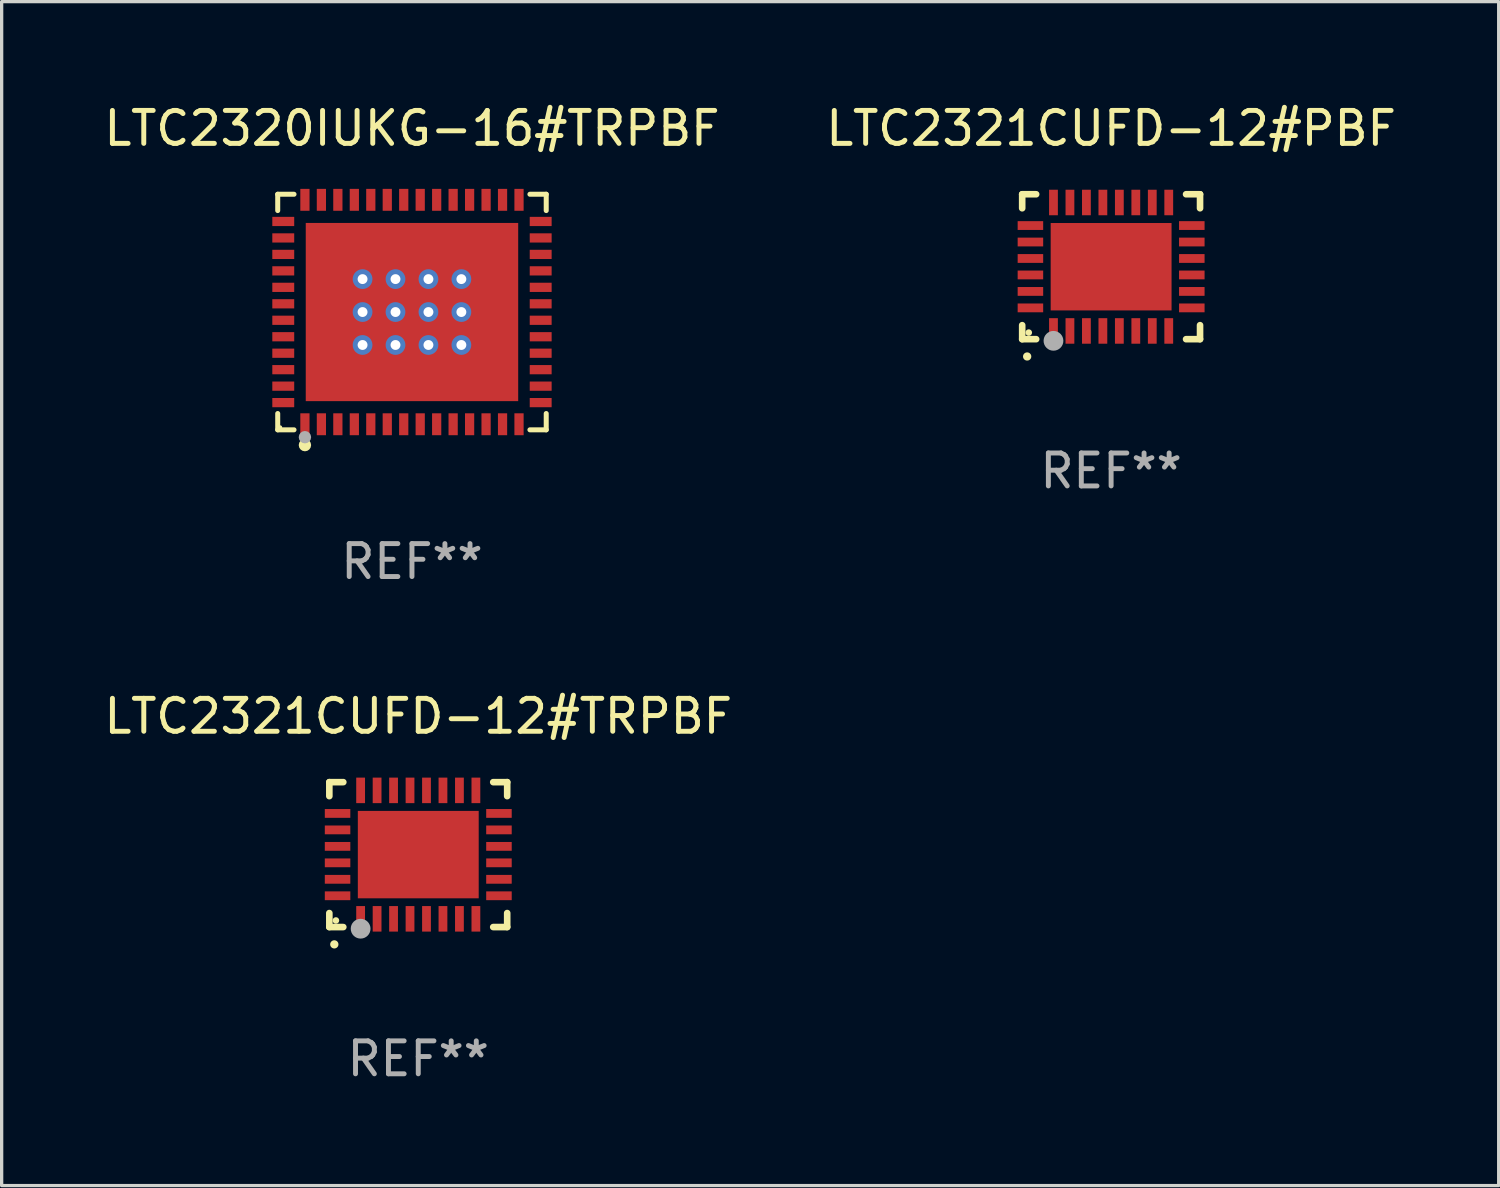
<source format=kicad_pcb>
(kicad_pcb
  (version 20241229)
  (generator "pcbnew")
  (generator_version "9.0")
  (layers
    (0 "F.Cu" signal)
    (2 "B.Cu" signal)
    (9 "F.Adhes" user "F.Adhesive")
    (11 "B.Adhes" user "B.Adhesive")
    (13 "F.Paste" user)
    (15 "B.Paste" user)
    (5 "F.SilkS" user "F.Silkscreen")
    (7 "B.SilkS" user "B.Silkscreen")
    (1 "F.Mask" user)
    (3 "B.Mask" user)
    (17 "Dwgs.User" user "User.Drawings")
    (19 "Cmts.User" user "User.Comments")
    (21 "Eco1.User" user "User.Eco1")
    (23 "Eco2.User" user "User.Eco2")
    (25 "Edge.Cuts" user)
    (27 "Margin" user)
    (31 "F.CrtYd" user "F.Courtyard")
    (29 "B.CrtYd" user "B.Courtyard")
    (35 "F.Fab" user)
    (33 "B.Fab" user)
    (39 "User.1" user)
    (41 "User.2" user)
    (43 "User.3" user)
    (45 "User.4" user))
  (footprint "LTC2321CUFD-12#PBF"
    (layer "F.Cu")
    (at 30.685 5.048)
    (property "Reference" "LTC2321CUFD-12#PBF" (at 0 -4.2 0) (layer "F.SilkS") (effects (font (size 1 1) (thickness 0.15))))
    (attr through_hole)
    (fp_line (start -2.7 -2.2) (end -2.276 -2.2) (stroke (width 0.201) (type solid)) (layer "F.SilkS"))
    (fp_line (start -2.7 -1.775) (end -2.7 -2.2) (stroke (width 0.201) (type solid)) (layer "F.SilkS"))
    (fp_line (start -2.7 2.2) (end -2.7 1.775) (stroke (width 0.201) (type solid)) (layer "F.SilkS"))
    (fp_line (start -2.276 2.2) (end -2.7 2.2) (stroke (width 0.201) (type solid)) (layer "F.SilkS"))
    (fp_line (start 2.276 2.2) (end 2.7 2.2) (stroke (width 0.201) (type solid)) (layer "F.SilkS"))
    (fp_line (start 2.7 -2.2) (end 2.276 -2.2) (stroke (width 0.201) (type solid)) (layer "F.SilkS"))
    (fp_line (start 2.7 -1.775) (end 2.7 -2.2) (stroke (width 0.201) (type solid)) (layer "F.SilkS"))
    (fp_line (start 2.7 2.2) (end 2.7 1.775) (stroke (width 0.201) (type solid)) (layer "F.SilkS"))
    (fp_arc (start -2.550165 2.725425) (mid -2.548895 2.725419) (end -2.547625 2.725425) (stroke (width 0.24892) (type solid)) (layer "F.SilkS"))
    (fp_circle (center -2.5 2) (end -2.45 2) (stroke (width 0.1) (type solid)) (fill no) (layer "F.SilkS"))
    (fp_circle (center -1.75 2.25) (end -1.6 2.25) (stroke (width 0.3) (type solid)) (fill no) (layer "F.Fab"))
    (fp_text user "REF**" (at 0 6.2 0) (layer "F.Fab") (effects (font (size 1 1) (thickness 0.15))))
    (pad "1" smd rect (at -1.75 1.95) (size 0.267 0.775) (layers "F.Cu" "F.Mask" "F.Paste"))
    (pad "2" smd rect (at -1.25 1.95) (size 0.267 0.775) (layers "F.Cu" "F.Mask" "F.Paste"))
    (pad "3" smd rect (at -0.75 1.95) (size 0.267 0.775) (layers "F.Cu" "F.Mask" "F.Paste"))
    (pad "4" smd rect (at -0.25 1.95) (size 0.267 0.775) (layers "F.Cu" "F.Mask" "F.Paste"))
    (pad "5" smd rect (at 0.25 1.95) (size 0.267 0.775) (layers "F.Cu" "F.Mask" "F.Paste"))
    (pad "6" smd rect (at 0.75 1.95) (size 0.267 0.775) (layers "F.Cu" "F.Mask" "F.Paste"))
    (pad "7" smd rect (at 1.25 1.95) (size 0.267 0.775) (layers "F.Cu" "F.Mask" "F.Paste"))
    (pad "8" smd rect (at 1.75 1.95) (size 0.267 0.775) (layers "F.Cu" "F.Mask" "F.Paste"))
    (pad "9" smd rect (at 2.45 1.25) (size 0.775 0.267) (layers "F.Cu" "F.Mask" "F.Paste"))
    (pad "10" smd rect (at 2.45 0.75) (size 0.775 0.267) (layers "F.Cu" "F.Mask" "F.Paste"))
    (pad "11" smd rect (at 2.45 0.25) (size 0.775 0.267) (layers "F.Cu" "F.Mask" "F.Paste"))
    (pad "12" smd rect (at 2.45 -0.25) (size 0.775 0.267) (layers "F.Cu" "F.Mask" "F.Paste"))
    (pad "13" smd rect (at 2.45 -0.75) (size 0.775 0.267) (layers "F.Cu" "F.Mask" "F.Paste"))
    (pad "14" smd rect (at 2.45 -1.25) (size 0.775 0.267) (layers "F.Cu" "F.Mask" "F.Paste"))
    (pad "15" smd rect (at 1.75 -1.95) (size 0.267 0.775) (layers "F.Cu" "F.Mask" "F.Paste"))
    (pad "16" smd rect (at 1.25 -1.95) (size 0.267 0.775) (layers "F.Cu" "F.Mask" "F.Paste"))
    (pad "17" smd rect (at 0.75 -1.95) (size 0.267 0.775) (layers "F.Cu" "F.Mask" "F.Paste"))
    (pad "18" smd rect (at 0.25 -1.95) (size 0.267 0.775) (layers "F.Cu" "F.Mask" "F.Paste"))
    (pad "19" smd rect (at -0.25 -1.95) (size 0.267 0.775) (layers "F.Cu" "F.Mask" "F.Paste"))
    (pad "20" smd rect (at -0.75 -1.95) (size 0.267 0.775) (layers "F.Cu" "F.Mask" "F.Paste"))
    (pad "21" smd rect (at -1.25 -1.95) (size 0.267 0.775) (layers "F.Cu" "F.Mask" "F.Paste"))
    (pad "22" smd rect (at -1.75 -1.95) (size 0.267 0.775) (layers "F.Cu" "F.Mask" "F.Paste"))
    (pad "23" smd rect (at -2.45 -1.25) (size 0.775 0.267) (layers "F.Cu" "F.Mask" "F.Paste"))
    (pad "24" smd rect (at -2.45 -0.75) (size 0.775 0.267) (layers "F.Cu" "F.Mask" "F.Paste"))
    (pad "25" smd rect (at -2.45 -0.25) (size 0.775 0.267) (layers "F.Cu" "F.Mask" "F.Paste"))
    (pad "26" smd rect (at -2.45 0.25) (size 0.775 0.267) (layers "F.Cu" "F.Mask" "F.Paste"))
    (pad "27" smd rect (at -2.45 0.75) (size 0.775 0.267) (layers "F.Cu" "F.Mask" "F.Paste"))
    (pad "28" smd rect (at -2.45 1.25) (size 0.775 0.267) (layers "F.Cu" "F.Mask" "F.Paste"))
    (pad "29" smd rect (at 0.000127 0.000127) (size 3.67 2.654) (layers "F.Cu" "F.Mask" "F.Paste")))
  (footprint "LTC2320IUKG-16#TRPBF"
    (layer "F.Cu")
    (at 9.458 6.424)
    (property "Reference" "LTC2320IUKG-16#TRPBF" (at 0 -5.576 0) (layer "F.SilkS") (effects (font (size 1 1) (thickness 0.15))))
    (attr through_hole)
    (fp_line (start -4.076 -3.576) (end -3.581 -3.576) (stroke (width 0.152) (type solid)) (layer "F.SilkS"))
    (fp_line (start -4.076 -3.081) (end -4.076 -3.576) (stroke (width 0.152) (type solid)) (layer "F.SilkS"))
    (fp_line (start -4.076 3.081) (end -4.076 3.576) (stroke (width 0.152) (type solid)) (layer "F.SilkS"))
    (fp_line (start -4.076 3.576) (end -3.581 3.576) (stroke (width 0.152) (type solid)) (layer "F.SilkS"))
    (fp_line (start 4.076 -3.576) (end 3.581 -3.576) (stroke (width 0.152) (type solid)) (layer "F.SilkS"))
    (fp_line (start 4.076 -3.081) (end 4.076 -3.576) (stroke (width 0.152) (type solid)) (layer "F.SilkS"))
    (fp_line (start 4.076 3.081) (end 4.076 3.576) (stroke (width 0.152) (type solid)) (layer "F.SilkS"))
    (fp_line (start 4.076 3.576) (end 3.581 3.576) (stroke (width 0.152) (type solid)) (layer "F.SilkS"))
    (fp_circle (center -4 3.5) (end -3.97 3.5) (stroke (width 0.06) (type solid)) (fill no) (layer "F.SilkS"))
    (fp_circle (center -3.25 4.04) (end -3.156 4.04) (stroke (width 0.188) (type solid)) (fill no) (layer "F.SilkS"))
    (fp_circle (center -3.25 3.8) (end -3.156 3.8) (stroke (width 0.188) (type solid)) (fill no) (layer "F.Fab"))
    (fp_text user "REF**" (at 0 7.576 0) (layer "F.Fab") (effects (font (size 1 1) (thickness 0.15))))
    (pad "1" smd rect (at -3.25 3.407) (size 0.28 0.665) (layers "F.Cu" "F.Mask" "F.Paste"))
    (pad "2" smd rect (at -2.75 3.407) (size 0.28 0.665) (layers "F.Cu" "F.Mask" "F.Paste"))
    (pad "3" smd rect (at -2.25 3.407) (size 0.28 0.665) (layers "F.Cu" "F.Mask" "F.Paste"))
    (pad "4" smd rect (at -1.75 3.407) (size 0.28 0.665) (layers "F.Cu" "F.Mask" "F.Paste"))
    (pad "5" smd rect (at -1.25 3.407) (size 0.28 0.665) (layers "F.Cu" "F.Mask" "F.Paste"))
    (pad "6" smd rect (at -0.75 3.407) (size 0.28 0.665) (layers "F.Cu" "F.Mask" "F.Paste"))
    (pad "7" smd rect (at -0.25 3.407) (size 0.28 0.665) (layers "F.Cu" "F.Mask" "F.Paste"))
    (pad "8" smd rect (at 0.25 3.407) (size 0.28 0.665) (layers "F.Cu" "F.Mask" "F.Paste"))
    (pad "9" smd rect (at 0.75 3.407) (size 0.28 0.665) (layers "F.Cu" "F.Mask" "F.Paste"))
    (pad "10" smd rect (at 1.25 3.407) (size 0.28 0.665) (layers "F.Cu" "F.Mask" "F.Paste"))
    (pad "11" smd rect (at 1.75 3.407) (size 0.28 0.665) (layers "F.Cu" "F.Mask" "F.Paste"))
    (pad "12" smd rect (at 2.25 3.407) (size 0.28 0.665) (layers "F.Cu" "F.Mask" "F.Paste"))
    (pad "13" smd rect (at 2.75 3.407) (size 0.28 0.665) (layers "F.Cu" "F.Mask" "F.Paste"))
    (pad "14" smd rect (at 3.25 3.407) (size 0.28 0.665) (layers "F.Cu" "F.Mask" "F.Paste"))
    (pad "15" smd rect (at 3.908 2.75) (size 0.665 0.28) (layers "F.Cu" "F.Mask" "F.Paste"))
    (pad "16" smd rect (at 3.908 2.25) (size 0.665 0.28) (layers "F.Cu" "F.Mask" "F.Paste"))
    (pad "17" smd rect (at 3.908 1.75) (size 0.665 0.28) (layers "F.Cu" "F.Mask" "F.Paste"))
    (pad "18" smd rect (at 3.908 1.25) (size 0.665 0.28) (layers "F.Cu" "F.Mask" "F.Paste"))
    (pad "19" smd rect (at 3.908 0.75) (size 0.665 0.28) (layers "F.Cu" "F.Mask" "F.Paste"))
    (pad "20" smd rect (at 3.908 0.25) (size 0.665 0.28) (layers "F.Cu" "F.Mask" "F.Paste"))
    (pad "21" smd rect (at 3.908 -0.25) (size 0.665 0.28) (layers "F.Cu" "F.Mask" "F.Paste"))
    (pad "22" smd rect (at 3.908 -0.75) (size 0.665 0.28) (layers "F.Cu" "F.Mask" "F.Paste"))
    (pad "23" smd rect (at 3.908 -1.25) (size 0.665 0.28) (layers "F.Cu" "F.Mask" "F.Paste"))
    (pad "24" smd rect (at 3.908 -1.75) (size 0.665 0.28) (layers "F.Cu" "F.Mask" "F.Paste"))
    (pad "25" smd rect (at 3.908 -2.25) (size 0.665 0.28) (layers "F.Cu" "F.Mask" "F.Paste"))
    (pad "26" smd rect (at 3.908 -2.75) (size 0.665 0.28) (layers "F.Cu" "F.Mask" "F.Paste"))
    (pad "27" smd rect (at 3.25 -3.407) (size 0.28 0.665) (layers "F.Cu" "F.Mask" "F.Paste"))
    (pad "28" smd rect (at 2.75 -3.407) (size 0.28 0.665) (layers "F.Cu" "F.Mask" "F.Paste"))
    (pad "29" smd rect (at 2.25 -3.407) (size 0.28 0.665) (layers "F.Cu" "F.Mask" "F.Paste"))
    (pad "30" smd rect (at 1.75 -3.407) (size 0.28 0.665) (layers "F.Cu" "F.Mask" "F.Paste"))
    (pad "31" smd rect (at 1.25 -3.407) (size 0.28 0.665) (layers "F.Cu" "F.Mask" "F.Paste"))
    (pad "32" smd rect (at 0.75 -3.407) (size 0.28 0.665) (layers "F.Cu" "F.Mask" "F.Paste"))
    (pad "33" smd rect (at 0.25 -3.407) (size 0.28 0.665) (layers "F.Cu" "F.Mask" "F.Paste"))
    (pad "34" smd rect (at -0.25 -3.407) (size 0.28 0.665) (layers "F.Cu" "F.Mask" "F.Paste"))
    (pad "35" smd rect (at -0.75 -3.407) (size 0.28 0.665) (layers "F.Cu" "F.Mask" "F.Paste"))
    (pad "36" smd rect (at -1.25 -3.407) (size 0.28 0.665) (layers "F.Cu" "F.Mask" "F.Paste"))
    (pad "37" smd rect (at -1.75 -3.407) (size 0.28 0.665) (layers "F.Cu" "F.Mask" "F.Paste"))
    (pad "38" smd rect (at -2.25 -3.407) (size 0.28 0.665) (layers "F.Cu" "F.Mask" "F.Paste"))
    (pad "39" smd rect (at -2.75 -3.407) (size 0.28 0.665) (layers "F.Cu" "F.Mask" "F.Paste"))
    (pad "40" smd rect (at -3.25 -3.407) (size 0.28 0.665) (layers "F.Cu" "F.Mask" "F.Paste"))
    (pad "41" smd rect (at -3.908 -2.75) (size 0.665 0.28) (layers "F.Cu" "F.Mask" "F.Paste"))
    (pad "42" smd rect (at -3.908 -2.25) (size 0.665 0.28) (layers "F.Cu" "F.Mask" "F.Paste"))
    (pad "43" smd rect (at -3.908 -1.75) (size 0.665 0.28) (layers "F.Cu" "F.Mask" "F.Paste"))
    (pad "44" smd rect (at -3.908 -1.25) (size 0.665 0.28) (layers "F.Cu" "F.Mask" "F.Paste"))
    (pad "45" smd rect (at -3.908 -0.75) (size 0.665 0.28) (layers "F.Cu" "F.Mask" "F.Paste"))
    (pad "46" smd rect (at -3.908 -0.25) (size 0.665 0.28) (layers "F.Cu" "F.Mask" "F.Paste"))
    (pad "47" smd rect (at -3.908 0.25) (size 0.665 0.28) (layers "F.Cu" "F.Mask" "F.Paste"))
    (pad "48" smd rect (at -3.908 0.75) (size 0.665 0.28) (layers "F.Cu" "F.Mask" "F.Paste"))
    (pad "49" smd rect (at -3.908 1.25) (size 0.665 0.28) (layers "F.Cu" "F.Mask" "F.Paste"))
    (pad "50" smd rect (at -3.908 1.75) (size 0.665 0.28) (layers "F.Cu" "F.Mask" "F.Paste"))
    (pad "51" smd rect (at -3.908 2.25) (size 0.665 0.28) (layers "F.Cu" "F.Mask" "F.Paste"))
    (pad "52" smd rect (at -3.908 2.75) (size 0.665 0.28) (layers "F.Cu" "F.Mask" "F.Paste"))
    (pad "53" thru_hole circle (at -1.5 -1) (size 0.6 0.6) (drill 0.3) (layers "*.Cu" "*.Mask"))
    (pad "53" thru_hole circle (at -1.5 0) (size 0.6 0.6) (drill 0.3) (layers "*.Cu" "*.Mask"))
    (pad "53" thru_hole circle (at -1.5 1) (size 0.6 0.6) (drill 0.3) (layers "*.Cu" "*.Mask"))
    (pad "53" thru_hole circle (at -0.5 -1) (size 0.6 0.6) (drill 0.3) (layers "*.Cu" "*.Mask"))
    (pad "53" thru_hole circle (at -0.5 0) (size 0.6 0.6) (drill 0.3) (layers "*.Cu" "*.Mask"))
    (pad "53" thru_hole circle (at -0.5 1) (size 0.6 0.6) (drill 0.3) (layers "*.Cu" "*.Mask"))
    (pad "53" smd rect (at 0 0) (size 6.45 5.41) (layers "F.Cu" "F.Mask" "F.Paste"))
    (pad "53" thru_hole circle (at 0.5 -1) (size 0.6 0.6) (drill 0.3) (layers "*.Cu" "*.Mask"))
    (pad "53" thru_hole circle (at 0.5 0) (size 0.6 0.6) (drill 0.3) (layers "*.Cu" "*.Mask"))
    (pad "53" thru_hole circle (at 0.5 1) (size 0.6 0.6) (drill 0.3) (layers "*.Cu" "*.Mask"))
    (pad "53" thru_hole circle (at 1.5 -1) (size 0.6 0.6) (drill 0.3) (layers "*.Cu" "*.Mask"))
    (pad "53" thru_hole circle (at 1.5 0) (size 0.6 0.6) (drill 0.3) (layers "*.Cu" "*.Mask"))
    (pad "53" thru_hole circle (at 1.5 1) (size 0.6 0.6) (drill 0.3) (layers "*.Cu" "*.Mask")))
  (footprint "LTC2321CUFD-12#TRPBF"
    (layer "F.Cu")
    (at 9.649 22.897)
    (property "Reference" "LTC2321CUFD-12#TRPBF" (at 0 -4.2 0) (layer "F.SilkS") (effects (font (size 1 1) (thickness 0.15))))
    (attr through_hole)
    (fp_line (start -2.7 -2.2) (end -2.276 -2.2) (stroke (width 0.201) (type solid)) (layer "F.SilkS"))
    (fp_line (start -2.7 -1.775) (end -2.7 -2.2) (stroke (width 0.201) (type solid)) (layer "F.SilkS"))
    (fp_line (start -2.7 2.2) (end -2.7 1.775) (stroke (width 0.201) (type solid)) (layer "F.SilkS"))
    (fp_line (start -2.276 2.2) (end -2.7 2.2) (stroke (width 0.201) (type solid)) (layer "F.SilkS"))
    (fp_line (start 2.276 2.2) (end 2.7 2.2) (stroke (width 0.201) (type solid)) (layer "F.SilkS"))
    (fp_line (start 2.7 -2.2) (end 2.276 -2.2) (stroke (width 0.201) (type solid)) (layer "F.SilkS"))
    (fp_line (start 2.7 -1.775) (end 2.7 -2.2) (stroke (width 0.201) (type solid)) (layer "F.SilkS"))
    (fp_line (start 2.7 2.2) (end 2.7 1.775) (stroke (width 0.201) (type solid)) (layer "F.SilkS"))
    (fp_arc (start -2.550165 2.725425) (mid -2.548895 2.725419) (end -2.547625 2.725425) (stroke (width 0.24892) (type solid)) (layer "F.SilkS"))
    (fp_circle (center -2.5 2) (end -2.45 2) (stroke (width 0.1) (type solid)) (fill no) (layer "F.SilkS"))
    (fp_circle (center -1.75 2.25) (end -1.6 2.25) (stroke (width 0.3) (type solid)) (fill no) (layer "F.Fab"))
    (fp_text user "REF**" (at 0 6.2 0) (layer "F.Fab") (effects (font (size 1 1) (thickness 0.15))))
    (pad "1" smd rect (at -1.75 1.95) (size 0.267 0.775) (layers "F.Cu" "F.Mask" "F.Paste"))
    (pad "2" smd rect (at -1.25 1.95) (size 0.267 0.775) (layers "F.Cu" "F.Mask" "F.Paste"))
    (pad "3" smd rect (at -0.75 1.95) (size 0.267 0.775) (layers "F.Cu" "F.Mask" "F.Paste"))
    (pad "4" smd rect (at -0.25 1.95) (size 0.267 0.775) (layers "F.Cu" "F.Mask" "F.Paste"))
    (pad "5" smd rect (at 0.25 1.95) (size 0.267 0.775) (layers "F.Cu" "F.Mask" "F.Paste"))
    (pad "6" smd rect (at 0.75 1.95) (size 0.267 0.775) (layers "F.Cu" "F.Mask" "F.Paste"))
    (pad "7" smd rect (at 1.25 1.95) (size 0.267 0.775) (layers "F.Cu" "F.Mask" "F.Paste"))
    (pad "8" smd rect (at 1.75 1.95) (size 0.267 0.775) (layers "F.Cu" "F.Mask" "F.Paste"))
    (pad "9" smd rect (at 2.45 1.25) (size 0.775 0.267) (layers "F.Cu" "F.Mask" "F.Paste"))
    (pad "10" smd rect (at 2.45 0.75) (size 0.775 0.267) (layers "F.Cu" "F.Mask" "F.Paste"))
    (pad "11" smd rect (at 2.45 0.25) (size 0.775 0.267) (layers "F.Cu" "F.Mask" "F.Paste"))
    (pad "12" smd rect (at 2.45 -0.25) (size 0.775 0.267) (layers "F.Cu" "F.Mask" "F.Paste"))
    (pad "13" smd rect (at 2.45 -0.75) (size 0.775 0.267) (layers "F.Cu" "F.Mask" "F.Paste"))
    (pad "14" smd rect (at 2.45 -1.25) (size 0.775 0.267) (layers "F.Cu" "F.Mask" "F.Paste"))
    (pad "15" smd rect (at 1.75 -1.95) (size 0.267 0.775) (layers "F.Cu" "F.Mask" "F.Paste"))
    (pad "16" smd rect (at 1.25 -1.95) (size 0.267 0.775) (layers "F.Cu" "F.Mask" "F.Paste"))
    (pad "17" smd rect (at 0.75 -1.95) (size 0.267 0.775) (layers "F.Cu" "F.Mask" "F.Paste"))
    (pad "18" smd rect (at 0.25 -1.95) (size 0.267 0.775) (layers "F.Cu" "F.Mask" "F.Paste"))
    (pad "19" smd rect (at -0.25 -1.95) (size 0.267 0.775) (layers "F.Cu" "F.Mask" "F.Paste"))
    (pad "20" smd rect (at -0.75 -1.95) (size 0.267 0.775) (layers "F.Cu" "F.Mask" "F.Paste"))
    (pad "21" smd rect (at -1.25 -1.95) (size 0.267 0.775) (layers "F.Cu" "F.Mask" "F.Paste"))
    (pad "22" smd rect (at -1.75 -1.95) (size 0.267 0.775) (layers "F.Cu" "F.Mask" "F.Paste"))
    (pad "23" smd rect (at -2.45 -1.25) (size 0.775 0.267) (layers "F.Cu" "F.Mask" "F.Paste"))
    (pad "24" smd rect (at -2.45 -0.75) (size 0.775 0.267) (layers "F.Cu" "F.Mask" "F.Paste"))
    (pad "25" smd rect (at -2.45 -0.25) (size 0.775 0.267) (layers "F.Cu" "F.Mask" "F.Paste"))
    (pad "26" smd rect (at -2.45 0.25) (size 0.775 0.267) (layers "F.Cu" "F.Mask" "F.Paste"))
    (pad "27" smd rect (at -2.45 0.75) (size 0.775 0.267) (layers "F.Cu" "F.Mask" "F.Paste"))
    (pad "28" smd rect (at -2.45 1.25) (size 0.775 0.267) (layers "F.Cu" "F.Mask" "F.Paste"))
    (pad "29" smd rect (at 0.000127 0.000127) (size 3.67 2.654) (layers "F.Cu" "F.Mask" "F.Paste")))
  (gr_rect
    (start -3 -3)
    (end 42.452 32.945)
    (stroke (width 0.1) (type default))
    (fill no)
    (layer "Edge.Cuts")))
</source>
